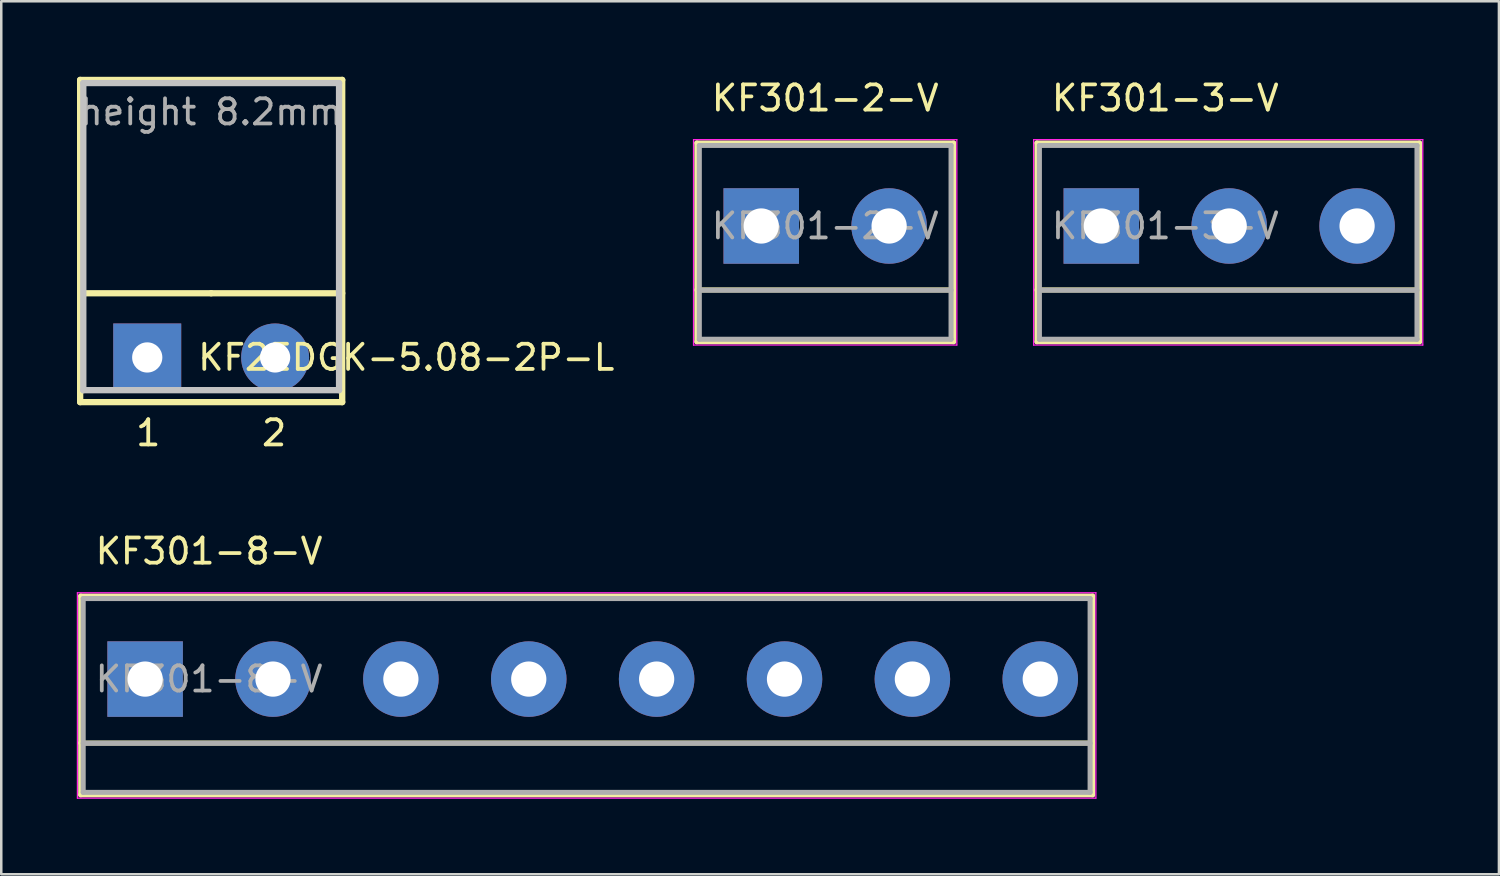
<source format=kicad_pcb>
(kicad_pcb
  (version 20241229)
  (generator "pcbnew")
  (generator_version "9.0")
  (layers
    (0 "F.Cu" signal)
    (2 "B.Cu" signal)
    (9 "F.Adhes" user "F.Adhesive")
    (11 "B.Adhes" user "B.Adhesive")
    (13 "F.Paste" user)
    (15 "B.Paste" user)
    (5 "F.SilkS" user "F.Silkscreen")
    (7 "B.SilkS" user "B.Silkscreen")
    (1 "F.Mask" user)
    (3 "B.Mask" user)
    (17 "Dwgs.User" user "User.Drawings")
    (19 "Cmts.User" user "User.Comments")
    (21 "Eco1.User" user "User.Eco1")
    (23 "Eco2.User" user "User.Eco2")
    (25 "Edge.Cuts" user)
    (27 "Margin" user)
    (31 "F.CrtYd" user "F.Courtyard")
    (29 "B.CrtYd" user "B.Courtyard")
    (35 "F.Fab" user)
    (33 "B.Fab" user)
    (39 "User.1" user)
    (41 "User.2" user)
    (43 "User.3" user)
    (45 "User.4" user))
  (footprint "KF301-2-V"
    (layer "F.Cu")
    (at 27.191 5.928)
    (property "Reference" "KF301-2-V" (at 2.54 -5.08 0) (layer "F.SilkS") (effects (font (size 1 1) (thickness 0.15))))
    (attr through_hole)
    (fp_line (start -2.56 -3.3) (end -2.56 4.6) (stroke (width 0.2) (type solid)) (layer "F.SilkS"))
    (fp_line (start -2.56 4.6) (end 7.64 4.6) (stroke (width 0.2) (type solid)) (layer "F.SilkS"))
    (fp_line (start 7.64 -3.3) (end -2.56 -3.3) (stroke (width 0.2) (type solid)) (layer "F.SilkS"))
    (fp_line (start 7.64 2.54) (end -2.56 2.54) (stroke (width 0.2) (type solid)) (layer "F.SilkS"))
    (fp_line (start 7.64 4.6) (end 7.64 -3.3) (stroke (width 0.2) (type solid)) (layer "F.SilkS"))
    (fp_line (start -2.69 -3.43) (end -2.69 4.73) (stroke (width 0.05) (type solid)) (layer "F.CrtYd"))
    (fp_line (start -2.69 -3.43) (end 7.77 -3.43) (stroke (width 0.05) (type solid)) (layer "F.CrtYd"))
    (fp_line (start 7.77 4.73) (end -2.69 4.73) (stroke (width 0.05) (type solid)) (layer "F.CrtYd"))
    (fp_line (start 7.77 4.73) (end 7.77 -3.43) (stroke (width 0.05) (type solid)) (layer "F.CrtYd"))
    (fp_line (start -2.46 -3.2) (end -2.46 4.5) (stroke (width 0.2) (type solid)) (layer "F.Fab"))
    (fp_line (start -2.46 2.55) (end 7.54 2.55) (stroke (width 0.2) (type solid)) (layer "F.Fab"))
    (fp_line (start -2.46 4.5) (end 7.54 4.5) (stroke (width 0.2) (type solid)) (layer "F.Fab"))
    (fp_line (start 7.54 -3.2) (end -2.46 -3.2) (stroke (width 0.2) (type solid)) (layer "F.Fab"))
    (fp_line (start 7.54 4.5) (end 7.54 -3.2) (stroke (width 0.2) (type solid)) (layer "F.Fab"))
    (fp_text user "${REFERENCE}" (at 2.54 0 0) (layer "F.Fab") (effects (font (size 1 1) (thickness 0.15))))
    (pad "1" thru_hole rect (at 0 0) (size 3 3) (drill 1.4) (layers "*.Cu" "*.Mask"))
    (pad "2" thru_hole circle (at 5.08 0) (size 3 3) (drill 1.4) (layers "*.Cu" "*.Mask")))
  (footprint "KF2EDGK-5.08-2P-L"
    (layer "F.Cu")
    (at 5.339 11.15)
    (property "Reference" "KF2EDGK-5.08-2P-L" (at 7.75 0 0) (layer "F.SilkS") (effects (font (size 1 1) (thickness 0.15))))
    (attr through_hole)
    (fp_line (start -5.205 -11.025) (end 5.205 -11.025) (stroke (width 0.25) (type solid)) (layer "F.SilkS"))
    (fp_line (start -5.205 1.775) (end -5.205 -11.025) (stroke (width 0.25) (type solid)) (layer "F.SilkS"))
    (fp_line (start 0 -2.55) (end -5.205 -2.55) (stroke (width 0.25) (type solid)) (layer "F.SilkS"))
    (fp_line (start 0 -2.55) (end 5.205 -2.55) (stroke (width 0.25) (type solid)) (layer "F.SilkS"))
    (fp_line (start 5.205 -11.025) (end 5.205 1.775) (stroke (width 0.25) (type solid)) (layer "F.SilkS"))
    (fp_line (start 5.205 1.775) (end -5.205 1.775) (stroke (width 0.25) (type solid)) (layer "F.SilkS"))
    (fp_line (start -5.08 -10.9) (end 5.08 -10.9) (stroke (width 0.25) (type solid)) (layer "Dwgs.User"))
    (fp_line (start -5.08 1.3) (end -5.08 -10.9) (stroke (width 0.25) (type solid)) (layer "Dwgs.User"))
    (fp_line (start -5.08 1.3) (end 5.08 1.3) (stroke (width 0.25) (type solid)) (layer "Dwgs.User"))
    (fp_line (start 5.08 -10.9) (end 5.08 1.3) (stroke (width 0.25) (type solid)) (layer "Dwgs.User"))
    (fp_text user "2" (at 2.5 3 0) (layer "F.SilkS") (effects (font (size 1 1) (thickness 0.15))))
    (fp_text user "1" (at -2.5 3 0) (layer "F.SilkS") (effects (font (size 1 1) (thickness 0.15))))
    (fp_text user "height 8.2mm" (at 0 -9.75 0) (layer "F.Fab") (effects (font (size 1 1) (thickness 0.15))))
    (pad "1" thru_hole rect (at -2.54 0) (size 2.7 2.7) (drill 1.2) (layers "*.Cu" "*.Mask"))
    (pad "2" thru_hole circle (at 2.54 0) (size 2.7 2.7) (drill 1.2) (layers "*.Cu" "*.Mask")))
  (footprint "KF301-3-V"
    (layer "F.Cu")
    (at 40.701 5.928)
    (property "Reference" "KF301-3-V" (at 2.54 -5.08 0) (layer "F.SilkS") (effects (font (size 1 1) (thickness 0.15))))
    (attr through_hole)
    (fp_line (start -2.56 -3.3) (end -2.56 4.6) (stroke (width 0.2) (type solid)) (layer "F.SilkS"))
    (fp_line (start -2.56 4.6) (end 12.64 4.6) (stroke (width 0.2) (type solid)) (layer "F.SilkS"))
    (fp_line (start 12.64 -3.3) (end -2.56 -3.3) (stroke (width 0.2) (type solid)) (layer "F.SilkS"))
    (fp_line (start 12.64 2.54) (end -2.56 2.54) (stroke (width 0.2) (type solid)) (layer "F.SilkS"))
    (fp_line (start 12.64 4.6) (end 12.64 -3.3) (stroke (width 0.2) (type solid)) (layer "F.SilkS"))
    (fp_line (start -2.69 -3.43) (end -2.69 4.73) (stroke (width 0.05) (type solid)) (layer "F.CrtYd"))
    (fp_line (start -2.69 -3.43) (end 12.77 -3.43) (stroke (width 0.05) (type solid)) (layer "F.CrtYd"))
    (fp_line (start 12.77 4.73) (end -2.69 4.73) (stroke (width 0.05) (type solid)) (layer "F.CrtYd"))
    (fp_line (start 12.77 4.73) (end 12.77 -3.43) (stroke (width 0.05) (type solid)) (layer "F.CrtYd"))
    (fp_line (start -2.46 -3.2) (end -2.46 4.5) (stroke (width 0.2) (type solid)) (layer "F.Fab"))
    (fp_line (start -2.46 2.55) (end 12.54 2.55) (stroke (width 0.2) (type solid)) (layer "F.Fab"))
    (fp_line (start -2.46 4.5) (end 12.54 4.5) (stroke (width 0.2) (type solid)) (layer "F.Fab"))
    (fp_line (start 12.54 -3.2) (end -2.46 -3.2) (stroke (width 0.2) (type solid)) (layer "F.Fab"))
    (fp_line (start 12.54 4.5) (end 12.54 -3.2) (stroke (width 0.2) (type solid)) (layer "F.Fab"))
    (fp_text user "${REFERENCE}" (at 2.54 0 0) (layer "F.Fab") (effects (font (size 1 1) (thickness 0.15))))
    (pad "1" thru_hole rect (at 0 0) (size 3 3) (drill 1.4) (layers "*.Cu" "*.Mask"))
    (pad "2" thru_hole circle (at 5.08 0) (size 3 3) (drill 1.4) (layers "*.Cu" "*.Mask"))
    (pad "3" thru_hole circle (at 10.16 0) (size 3 3) (drill 1.4) (layers "*.Cu" "*.Mask")))
  (footprint "KF301-8-V"
    (layer "F.Cu")
    (at 2.715 23.927)
    (property "Reference" "KF301-8-V" (at 2.54 -5.08 0) (layer "F.SilkS") (effects (font (size 1 1) (thickness 0.15))))
    (attr through_hole)
    (fp_line (start -2.56 -3.3) (end -2.56 4.6) (stroke (width 0.2) (type solid)) (layer "F.SilkS"))
    (fp_line (start -2.56 4.6) (end 37.64 4.6) (stroke (width 0.2) (type solid)) (layer "F.SilkS"))
    (fp_line (start 37.64 -3.3) (end -2.56 -3.3) (stroke (width 0.2) (type solid)) (layer "F.SilkS"))
    (fp_line (start 37.64 2.54) (end -2.56 2.54) (stroke (width 0.2) (type solid)) (layer "F.SilkS"))
    (fp_line (start 37.64 4.6) (end 37.64 -3.3) (stroke (width 0.2) (type solid)) (layer "F.SilkS"))
    (fp_line (start -2.69 -3.43) (end -2.69 4.73) (stroke (width 0.05) (type solid)) (layer "F.CrtYd"))
    (fp_line (start -2.69 -3.43) (end 37.77 -3.43) (stroke (width 0.05) (type solid)) (layer "F.CrtYd"))
    (fp_line (start 37.77 4.73) (end -2.69 4.73) (stroke (width 0.05) (type solid)) (layer "F.CrtYd"))
    (fp_line (start 37.77 4.73) (end 37.77 -3.43) (stroke (width 0.05) (type solid)) (layer "F.CrtYd"))
    (fp_line (start -2.46 -3.2) (end -2.46 4.5) (stroke (width 0.2) (type solid)) (layer "F.Fab"))
    (fp_line (start -2.46 2.55) (end 37.54 2.55) (stroke (width 0.2) (type solid)) (layer "F.Fab"))
    (fp_line (start -2.46 4.5) (end 37.54 4.5) (stroke (width 0.2) (type solid)) (layer "F.Fab"))
    (fp_line (start 37.54 -3.2) (end -2.46 -3.2) (stroke (width 0.2) (type solid)) (layer "F.Fab"))
    (fp_line (start 37.54 4.5) (end 37.54 -3.2) (stroke (width 0.2) (type solid)) (layer "F.Fab"))
    (fp_text user "${REFERENCE}" (at 2.54 0 0) (layer "F.Fab") (effects (font (size 1 1) (thickness 0.15))))
    (pad "1" thru_hole rect (at 0 0) (size 3 3) (drill 1.4) (layers "*.Cu" "*.Mask"))
    (pad "2" thru_hole circle (at 5.08 0) (size 3 3) (drill 1.4) (layers "*.Cu" "*.Mask"))
    (pad "3" thru_hole circle (at 10.16 0) (size 3 3) (drill 1.4) (layers "*.Cu" "*.Mask"))
    (pad "4" thru_hole circle (at 15.24 0) (size 3 3) (drill 1.4) (layers "*.Cu" "*.Mask"))
    (pad "5" thru_hole circle (at 20.32 0) (size 3 3) (drill 1.4) (layers "*.Cu" "*.Mask"))
    (pad "6" thru_hole circle (at 25.4 0) (size 3 3) (drill 1.4) (layers "*.Cu" "*.Mask"))
    (pad "7" thru_hole circle (at 30.48 0) (size 3 3) (drill 1.4) (layers "*.Cu" "*.Mask"))
    (pad "8" thru_hole circle (at 35.56 0) (size 3 3) (drill 1.4) (layers "*.Cu" "*.Mask")))
  (gr_rect
    (start -3 -3)
    (end 56.496 31.681)
    (stroke (width 0.1) (type default))
    (fill no)
    (layer "Edge.Cuts")))
</source>
